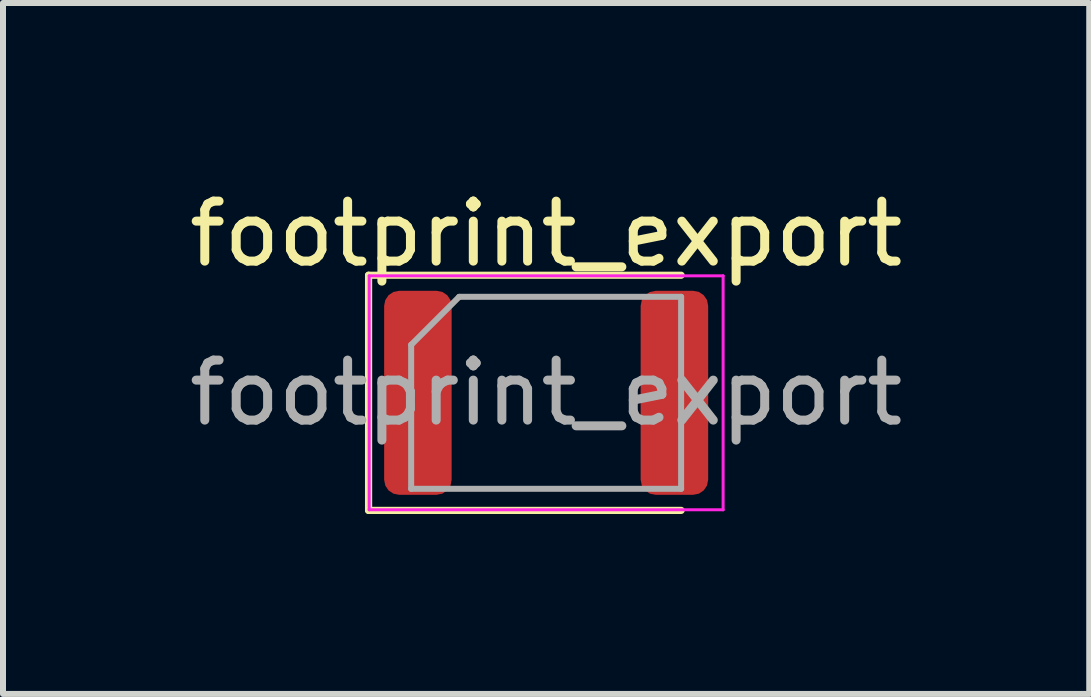
<source format=kicad_pcb>
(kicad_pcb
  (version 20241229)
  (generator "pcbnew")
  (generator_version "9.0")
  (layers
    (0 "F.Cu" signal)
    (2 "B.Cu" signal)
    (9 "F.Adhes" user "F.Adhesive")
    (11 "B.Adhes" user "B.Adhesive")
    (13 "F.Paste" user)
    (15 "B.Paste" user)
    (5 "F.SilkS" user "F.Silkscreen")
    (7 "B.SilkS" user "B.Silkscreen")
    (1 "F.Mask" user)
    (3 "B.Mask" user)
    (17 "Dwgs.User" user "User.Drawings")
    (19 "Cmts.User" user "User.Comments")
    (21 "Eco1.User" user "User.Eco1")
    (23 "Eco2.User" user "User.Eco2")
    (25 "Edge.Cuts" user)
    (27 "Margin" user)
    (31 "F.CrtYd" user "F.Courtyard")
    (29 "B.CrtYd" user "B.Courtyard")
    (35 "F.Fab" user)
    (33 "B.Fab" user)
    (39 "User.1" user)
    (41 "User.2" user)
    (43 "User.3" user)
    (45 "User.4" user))
  (footprint "footprint_export"
    (layer "F.Cu")
    (at 6.054 3.498)
    (property "Reference" "footprint_export" (at 0 -2.65 0) (layer "F.SilkS") (effects (font (size 1 1) (thickness 0.15))))
    (attr smd)
    (fp_line (start -2.96 -1.96) (end -2.96 1.96) (stroke (width 0.12) (type solid)) (layer "F.SilkS"))
    (fp_line (start -2.96 1.96) (end 2.25 1.96) (stroke (width 0.12) (type solid)) (layer "F.SilkS"))
    (fp_line (start 2.25 -1.96) (end -2.96 -1.96) (stroke (width 0.12) (type solid)) (layer "F.SilkS"))
    (fp_line (start -2.95 -1.95) (end 2.95 -1.95) (stroke (width 0.05) (type solid)) (layer "F.CrtYd"))
    (fp_line (start -2.95 1.95) (end -2.95 -1.95) (stroke (width 0.05) (type solid)) (layer "F.CrtYd"))
    (fp_line (start 2.95 -1.95) (end 2.95 1.95) (stroke (width 0.05) (type solid)) (layer "F.CrtYd"))
    (fp_line (start 2.95 1.95) (end -2.95 1.95) (stroke (width 0.05) (type solid)) (layer "F.CrtYd"))
    (fp_line (start -2.25 -0.8) (end -2.25 1.6) (stroke (width 0.1) (type solid)) (layer "F.Fab"))
    (fp_line (start -2.25 1.6) (end 2.25 1.6) (stroke (width 0.1) (type solid)) (layer "F.Fab"))
    (fp_line (start -1.45 -1.6) (end -2.25 -0.8) (stroke (width 0.1) (type solid)) (layer "F.Fab"))
    (fp_line (start 2.25 -1.6) (end -1.45 -1.6) (stroke (width 0.1) (type solid)) (layer "F.Fab"))
    (fp_line (start 2.25 1.6) (end 2.25 -1.6) (stroke (width 0.1) (type solid)) (layer "F.Fab"))
    (fp_text user "${REFERENCE}" (at 0 0 0) (layer "F.Fab") (effects (font (size 1 1) (thickness 0.15))))
    (pad "1" smd roundrect (at -2.138 0) (size 1.125 3.4) (layers "F.Cu" "F.Mask" "F.Paste") (roundrect_rratio 0.222))
    (pad "2" smd roundrect (at 2.138 0) (size 1.125 3.4) (layers "F.Cu" "F.Mask" "F.Paste") (roundrect_rratio 0.222)))
  (gr_rect
    (start -3 -3)
    (end 15.107 8.518)
    (stroke (width 0.1) (type default))
    (fill no)
    (layer "Edge.Cuts")))
</source>
